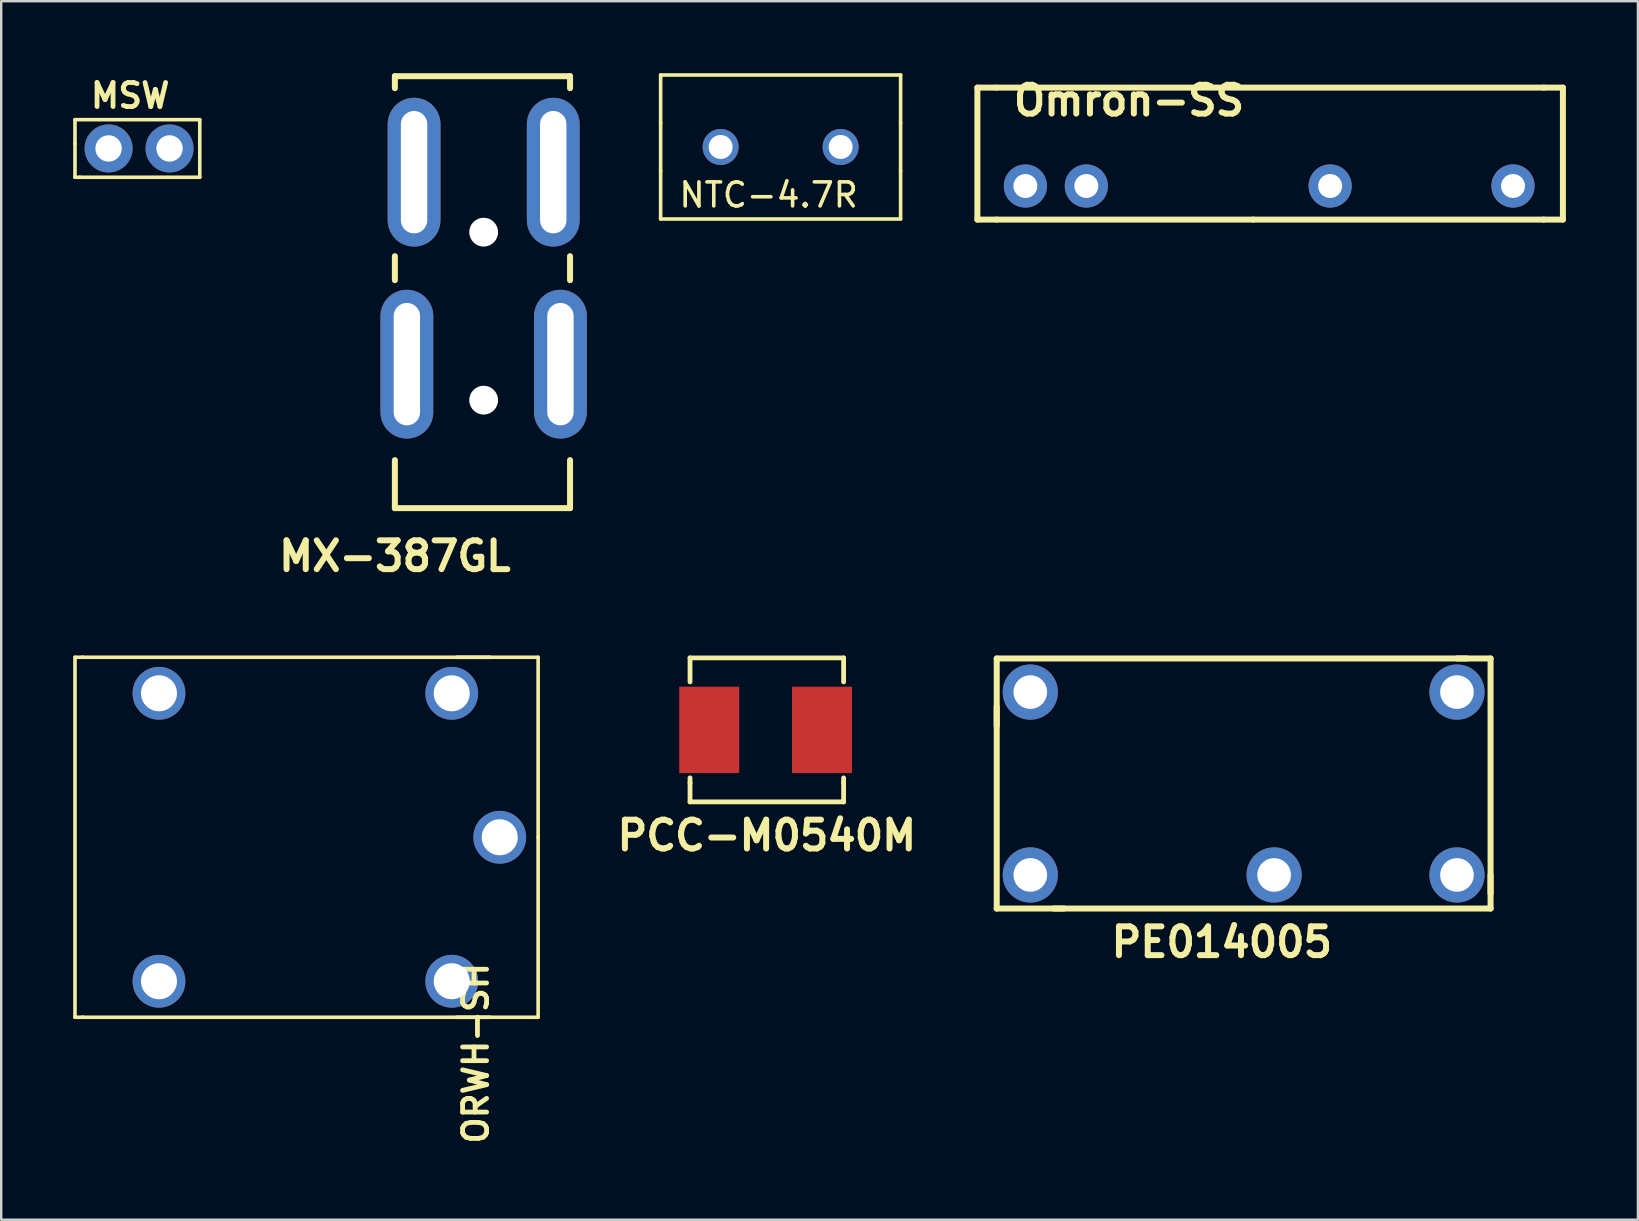
<source format=kicad_pcb>
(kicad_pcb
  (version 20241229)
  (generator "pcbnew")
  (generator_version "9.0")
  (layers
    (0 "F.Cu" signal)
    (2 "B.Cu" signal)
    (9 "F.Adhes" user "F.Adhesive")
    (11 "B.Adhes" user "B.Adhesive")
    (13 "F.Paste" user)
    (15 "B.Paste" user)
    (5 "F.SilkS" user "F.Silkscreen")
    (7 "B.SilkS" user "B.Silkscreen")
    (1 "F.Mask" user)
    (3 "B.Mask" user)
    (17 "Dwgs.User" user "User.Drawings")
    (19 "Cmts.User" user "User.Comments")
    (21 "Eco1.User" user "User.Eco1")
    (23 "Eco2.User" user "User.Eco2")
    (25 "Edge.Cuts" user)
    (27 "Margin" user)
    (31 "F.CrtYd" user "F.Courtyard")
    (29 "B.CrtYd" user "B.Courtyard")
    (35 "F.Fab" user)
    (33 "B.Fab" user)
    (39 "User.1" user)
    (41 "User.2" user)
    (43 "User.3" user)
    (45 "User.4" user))
  (footprint "Omron-SS"
    (layer "F.Cu")
    (at 39.68 4.701)
    (property "Reference" "Omron-SS" (at 4.32 -3.56 0) (layer "F.SilkS") (effects (font (size 1.2 1.2) (thickness 0.25))))
    (attr through_hole)
    (fp_line (start -2 -4.1) (end -1.2 -4.1) (stroke (width 0.25) (type solid)) (layer "F.SilkS"))
    (fp_line (start -2 1.4) (end -2 -4.1) (stroke (width 0.25) (type solid)) (layer "F.SilkS"))
    (fp_line (start -1.2 1.4) (end -2 1.4) (stroke (width 0.25) (type solid)) (layer "F.SilkS"))
    (fp_line (start -1.2 1.4) (end 9.5 1.4) (stroke (width 0.25) (type solid)) (layer "F.SilkS"))
    (fp_line (start 9.5 1.4) (end 21.6 1.4) (stroke (width 0.25) (type solid)) (layer "F.SilkS"))
    (fp_line (start 21.6 -4.1) (end -1.2 -4.1) (stroke (width 0.25) (type solid)) (layer "F.SilkS"))
    (fp_line (start 21.6 1.4) (end 22.4 1.4) (stroke (width 0.25) (type solid)) (layer "F.SilkS"))
    (fp_line (start 22.4 -4.1) (end 21.6 -4.1) (stroke (width 0.25) (type solid)) (layer "F.SilkS"))
    (fp_line (start 22.4 1.4) (end 22.4 -4.1) (stroke (width 0.25) (type solid)) (layer "F.SilkS"))
    (pad "1" thru_hole circle (at 20.32 0) (size 1.8 1.8) (drill 1) (layers "*.Cu" "*.Mask"))
    (pad "2" thru_hole circle (at 12.7 0) (size 1.8 1.8) (drill 1) (layers "*.Cu" "*.Mask"))
    (pad "3" thru_hole circle (at 2.54 0) (size 1.8 1.8) (drill 1) (layers "*.Cu" "*.Mask"))
    (pad "4" thru_hole circle (at 0 0) (size 1.8 1.8) (drill 1) (layers "*.Cu" "*.Mask")))
  (footprint "PE014005"
    (layer "F.Cu")
    (at 39.885 33.411)
    (property "Reference" "PE014005" (at 7.98 2.8 0) (layer "F.SilkS") (effects (font (size 1.2 1.2) (thickness 0.25))))
    (attr through_hole)
    (fp_line (start -1.4 -9.02) (end -1.4 -6.22) (stroke (width 0.25) (type solid)) (layer "F.SilkS"))
    (fp_line (start -1.4 -9.02) (end 18.2 -9.02) (stroke (width 0.25) (type solid)) (layer "F.SilkS"))
    (fp_line (start -1.4 -7) (end -1.4 1.4) (stroke (width 0.25) (type solid)) (layer "F.SilkS"))
    (fp_line (start -1.4 1.4) (end 1.4 1.4) (stroke (width 0.25) (type solid)) (layer "F.SilkS"))
    (fp_line (start 19.18 -9.02) (end 17.78 -9.02) (stroke (width 0.25) (type solid)) (layer "F.SilkS"))
    (fp_line (start 19.18 -9.02) (end 19.18 0.78) (stroke (width 0.25) (type solid)) (layer "F.SilkS"))
    (fp_line (start 19.18 0) (end 19.18 1.4) (stroke (width 0.25) (type solid)) (layer "F.SilkS"))
    (fp_line (start 19.18 1.4) (end 0.98 1.4) (stroke (width 0.25) (type solid)) (layer "F.SilkS"))
    (pad "1" thru_hole circle (at 0 0) (size 2.3 2.3) (drill 1.4) (layers "*.Cu" "*.Mask"))
    (pad "2" thru_hole circle (at 0 -7.62) (size 2.3 2.3) (drill 1.4) (layers "*.Cu" "*.Mask"))
    (pad "3" thru_hole circle (at 17.78 0) (size 2.3 2.3) (drill 1.4) (layers "*.Cu" "*.Mask"))
    (pad "4" thru_hole circle (at 10.16 0) (size 2.3 2.3) (drill 1.4) (layers "*.Cu" "*.Mask"))
    (pad "5" thru_hole circle (at 17.78 -7.62) (size 2.3 2.3) (drill 1.4) (layers "*.Cu" "*.Mask")))
  (footprint "MSW"
    (layer "F.Cu")
    (at 1.475 3.136)
    (property "Reference" "MSW" (at 0.9 -2.2 0) (layer "F.SilkS") (effects (font (size 1 1) (thickness 0.2))))
    (attr through_hole)
    (fp_line (start -1.4 -1.2) (end 3.8 -1.2) (stroke (width 0.15) (type solid)) (layer "F.SilkS"))
    (fp_line (start -1.4 -0.2) (end -1.4 -1.2) (stroke (width 0.15) (type solid)) (layer "F.SilkS"))
    (fp_line (start -1.4 1.2) (end -1.4 -0.2) (stroke (width 0.15) (type solid)) (layer "F.SilkS"))
    (fp_line (start -1.2 1.2) (end -1.4 1.2) (stroke (width 0.15) (type solid)) (layer "F.SilkS"))
    (fp_line (start 3.8 -1.2) (end 3.8 1.2) (stroke (width 0.15) (type solid)) (layer "F.SilkS"))
    (fp_line (start 3.8 1.2) (end -1.2 1.2) (stroke (width 0.15) (type solid)) (layer "F.SilkS"))
    (pad "1" thru_hole circle (at 0 0) (size 2 2) (drill 1.1) (layers "*.Cu" "*.Mask"))
    (pad "2" thru_hole circle (at 2.54 0) (size 2 2) (drill 1.1) (layers "*.Cu" "*.Mask")))
  (footprint "NTC-4.7R"
    (layer "F.Cu")
    (at 26.98 3.075)
    (property "Reference" "NTC-4.7R" (at 2 2 0) (layer "F.SilkS") (effects (font (size 1 1) (thickness 0.15))))
    (attr through_hole)
    (fp_line (start -2.5 -3) (end -2.5 -1) (stroke (width 0.15) (type solid)) (layer "F.SilkS"))
    (fp_line (start -2.5 -3) (end 7.5 -3) (stroke (width 0.15) (type solid)) (layer "F.SilkS"))
    (fp_line (start -2.5 -1) (end -2.5 1) (stroke (width 0.15) (type solid)) (layer "F.SilkS"))
    (fp_line (start -2.5 3) (end -2.5 1) (stroke (width 0.15) (type solid)) (layer "F.SilkS"))
    (fp_line (start 7.5 -3) (end 7.5 -1) (stroke (width 0.15) (type solid)) (layer "F.SilkS"))
    (fp_line (start 7.5 -1) (end 7.5 1) (stroke (width 0.15) (type solid)) (layer "F.SilkS"))
    (fp_line (start 7.5 1) (end 7.5 3) (stroke (width 0.15) (type solid)) (layer "F.SilkS"))
    (fp_line (start 7.5 3) (end -2.5 3) (stroke (width 0.15) (type solid)) (layer "F.SilkS"))
    (pad "1" thru_hole circle (at 0 0) (size 1.5 1.5) (drill 1) (layers "*.Cu" "*.Mask"))
    (pad "2" thru_hole circle (at 5 0) (size 1.5 1.5) (drill 1) (layers "*.Cu" "*.Mask")))
  (footprint "PCC-M0540M"
    (layer "F.Cu")
    (at 26.505 27.366)
    (property "Reference" "PCC-M0540M" (at 2.4 4.4 0) (layer "F.SilkS") (effects (font (size 1.2 1.2) (thickness 0.25))))
    (attr through_hole)
    (fp_line (start -0.8 -3) (end 5.6 -3) (stroke (width 0.2) (type solid)) (layer "F.SilkS"))
    (fp_line (start -0.8 -2) (end -0.8 -3) (stroke (width 0.2) (type solid)) (layer "F.SilkS"))
    (fp_line (start -0.8 2.2) (end -0.8 2) (stroke (width 0.2) (type solid)) (layer "F.SilkS"))
    (fp_line (start -0.8 2.2) (end -0.8 3) (stroke (width 0.2) (type solid)) (layer "F.SilkS"))
    (fp_line (start -0.8 3) (end 5.6 3) (stroke (width 0.2) (type solid)) (layer "F.SilkS"))
    (fp_line (start 5.6 -3) (end 5.6 -2) (stroke (width 0.2) (type solid)) (layer "F.SilkS"))
    (fp_line (start 5.6 2.2) (end 5.6 2) (stroke (width 0.2) (type solid)) (layer "F.SilkS"))
    (fp_line (start 5.6 3) (end 5.6 2.2) (stroke (width 0.2) (type solid)) (layer "F.SilkS"))
    (pad "1" smd rect (at 0 0) (size 2.5 3.6) (layers "F.Cu" "F.Mask" "F.Paste"))
    (pad "2" smd rect (at 4.7 0) (size 2.5 3.6) (layers "F.Cu" "F.Mask" "F.Paste")))
  (footprint "MX-387GL"
    (layer "F.Cu")
    (at 13.905 12.125)
    (property "Reference" "MX-387GL" (at -0.5 8 0) (layer "F.SilkS") (effects (font (size 1.2 1.2) (thickness 0.25))))
    (attr through_hole)
    (fp_line (start -0.5 -12) (end 6.8 -12) (stroke (width 0.25) (type solid)) (layer "F.SilkS"))
    (fp_line (start -0.5 -11.5) (end -0.5 -12) (stroke (width 0.25) (type solid)) (layer "F.SilkS"))
    (fp_line (start -0.5 -3.5) (end -0.5 -4.5) (stroke (width 0.25) (type solid)) (layer "F.SilkS"))
    (fp_line (start -0.5 4) (end -0.5 6) (stroke (width 0.25) (type solid)) (layer "F.SilkS"))
    (fp_line (start -0.5 6) (end 6.8 6) (stroke (width 0.25) (type solid)) (layer "F.SilkS"))
    (fp_line (start 6.8 -12) (end 6.8 -11.5) (stroke (width 0.25) (type solid)) (layer "F.SilkS"))
    (fp_line (start 6.8 -3.5) (end 6.8 -4.5) (stroke (width 0.25) (type solid)) (layer "F.SilkS"))
    (fp_line (start 6.8 6) (end 6.8 4) (stroke (width 0.25) (type solid)) (layer "F.SilkS"))
    (pad "" np_thru_hole circle (at 3.2 -5.5) (size 1.2 1.2) (drill 1.2) (layers "*.Cu" "*.Mask"))
    (pad "" np_thru_hole circle (at 3.2 1.5) (size 1.2 1.2) (drill 1.2) (layers "*.Cu" "*.Mask"))
    (pad "1" thru_hole oval (at 0.3 -8) (size 2.2 6.2) (drill oval 1.1 5.1) (layers "*.Cu" "*.Mask"))
    (pad "2" thru_hole oval (at 0 0) (size 2.2 6.2) (drill oval 1.1 5.1) (layers "*.Cu" "*.Mask"))
    (pad "2" thru_hole oval (at 6.4 0) (size 2.2 6.2) (drill oval 1.1 5.1) (layers "*.Cu" "*.Mask"))
    (pad "3" thru_hole oval (at 6.1 -8) (size 2.2 6.2) (drill oval 1.1 5.1) (layers "*.Cu" "*.Mask")))
  (footprint "ORWH-SH"
    (layer "F.Cu")
    (at 3.775 37.841)
    (property "Reference" "ORWH-SH" (at 13 3 90) (layer "F.SilkS") (effects (font (size 1 1) (thickness 0.2))))
    (attr through_hole)
    (fp_line (start -3.7 -13.5) (end -3.7 1.5) (stroke (width 0.15) (type solid)) (layer "F.SilkS"))
    (fp_line (start -3.4 -13.5) (end 13.6 -13.5) (stroke (width 0.15) (type solid)) (layer "F.SilkS"))
    (fp_line (start -3.4 1.5) (end 13.6 1.5) (stroke (width 0.15) (type solid)) (layer "F.SilkS"))
    (fp_line (start -3.38 -13.5) (end -3.7 -13.5) (stroke (width 0.15) (type solid)) (layer "F.SilkS"))
    (fp_line (start -3.37 1.5) (end -3.7 1.5) (stroke (width 0.15) (type solid)) (layer "F.SilkS"))
    (fp_line (start 15.6 -13.5) (end 12.2 -13.5) (stroke (width 0.15) (type solid)) (layer "F.SilkS"))
    (fp_line (start 15.6 -6) (end 15.6 -13.5) (stroke (width 0.15) (type solid)) (layer "F.SilkS"))
    (fp_line (start 15.6 -6) (end 15.6 1.5) (stroke (width 0.15) (type solid)) (layer "F.SilkS"))
    (fp_line (start 15.6 1.5) (end 12.2 1.5) (stroke (width 0.15) (type solid)) (layer "F.SilkS"))
    (pad "1" thru_hole circle (at 12 -12) (size 2.2 2.2) (drill 1.5) (layers "*.Cu" "*.Mask"))
    (pad "2" thru_hole circle (at 12 0) (size 2.2 2.2) (drill 1.5) (layers "*.Cu" "*.Mask"))
    (pad "3" thru_hole circle (at -0.2 -12) (size 2.2 2.2) (drill 1.5) (layers "*.Cu" "*.Mask"))
    (pad "4" thru_hole circle (at 14 -6) (size 2.2 2.2) (drill 1.5) (layers "*.Cu" "*.Mask"))
    (pad "5" thru_hole circle (at -0.2 0) (size 2.2 2.2) (drill 1.5) (layers "*.Cu" "*.Mask")))
  (gr_rect
    (start -3 -3)
    (end 65.205 47.779)
    (stroke (width 0.1) (type default))
    (fill no)
    (layer "Edge.Cuts")))
</source>
